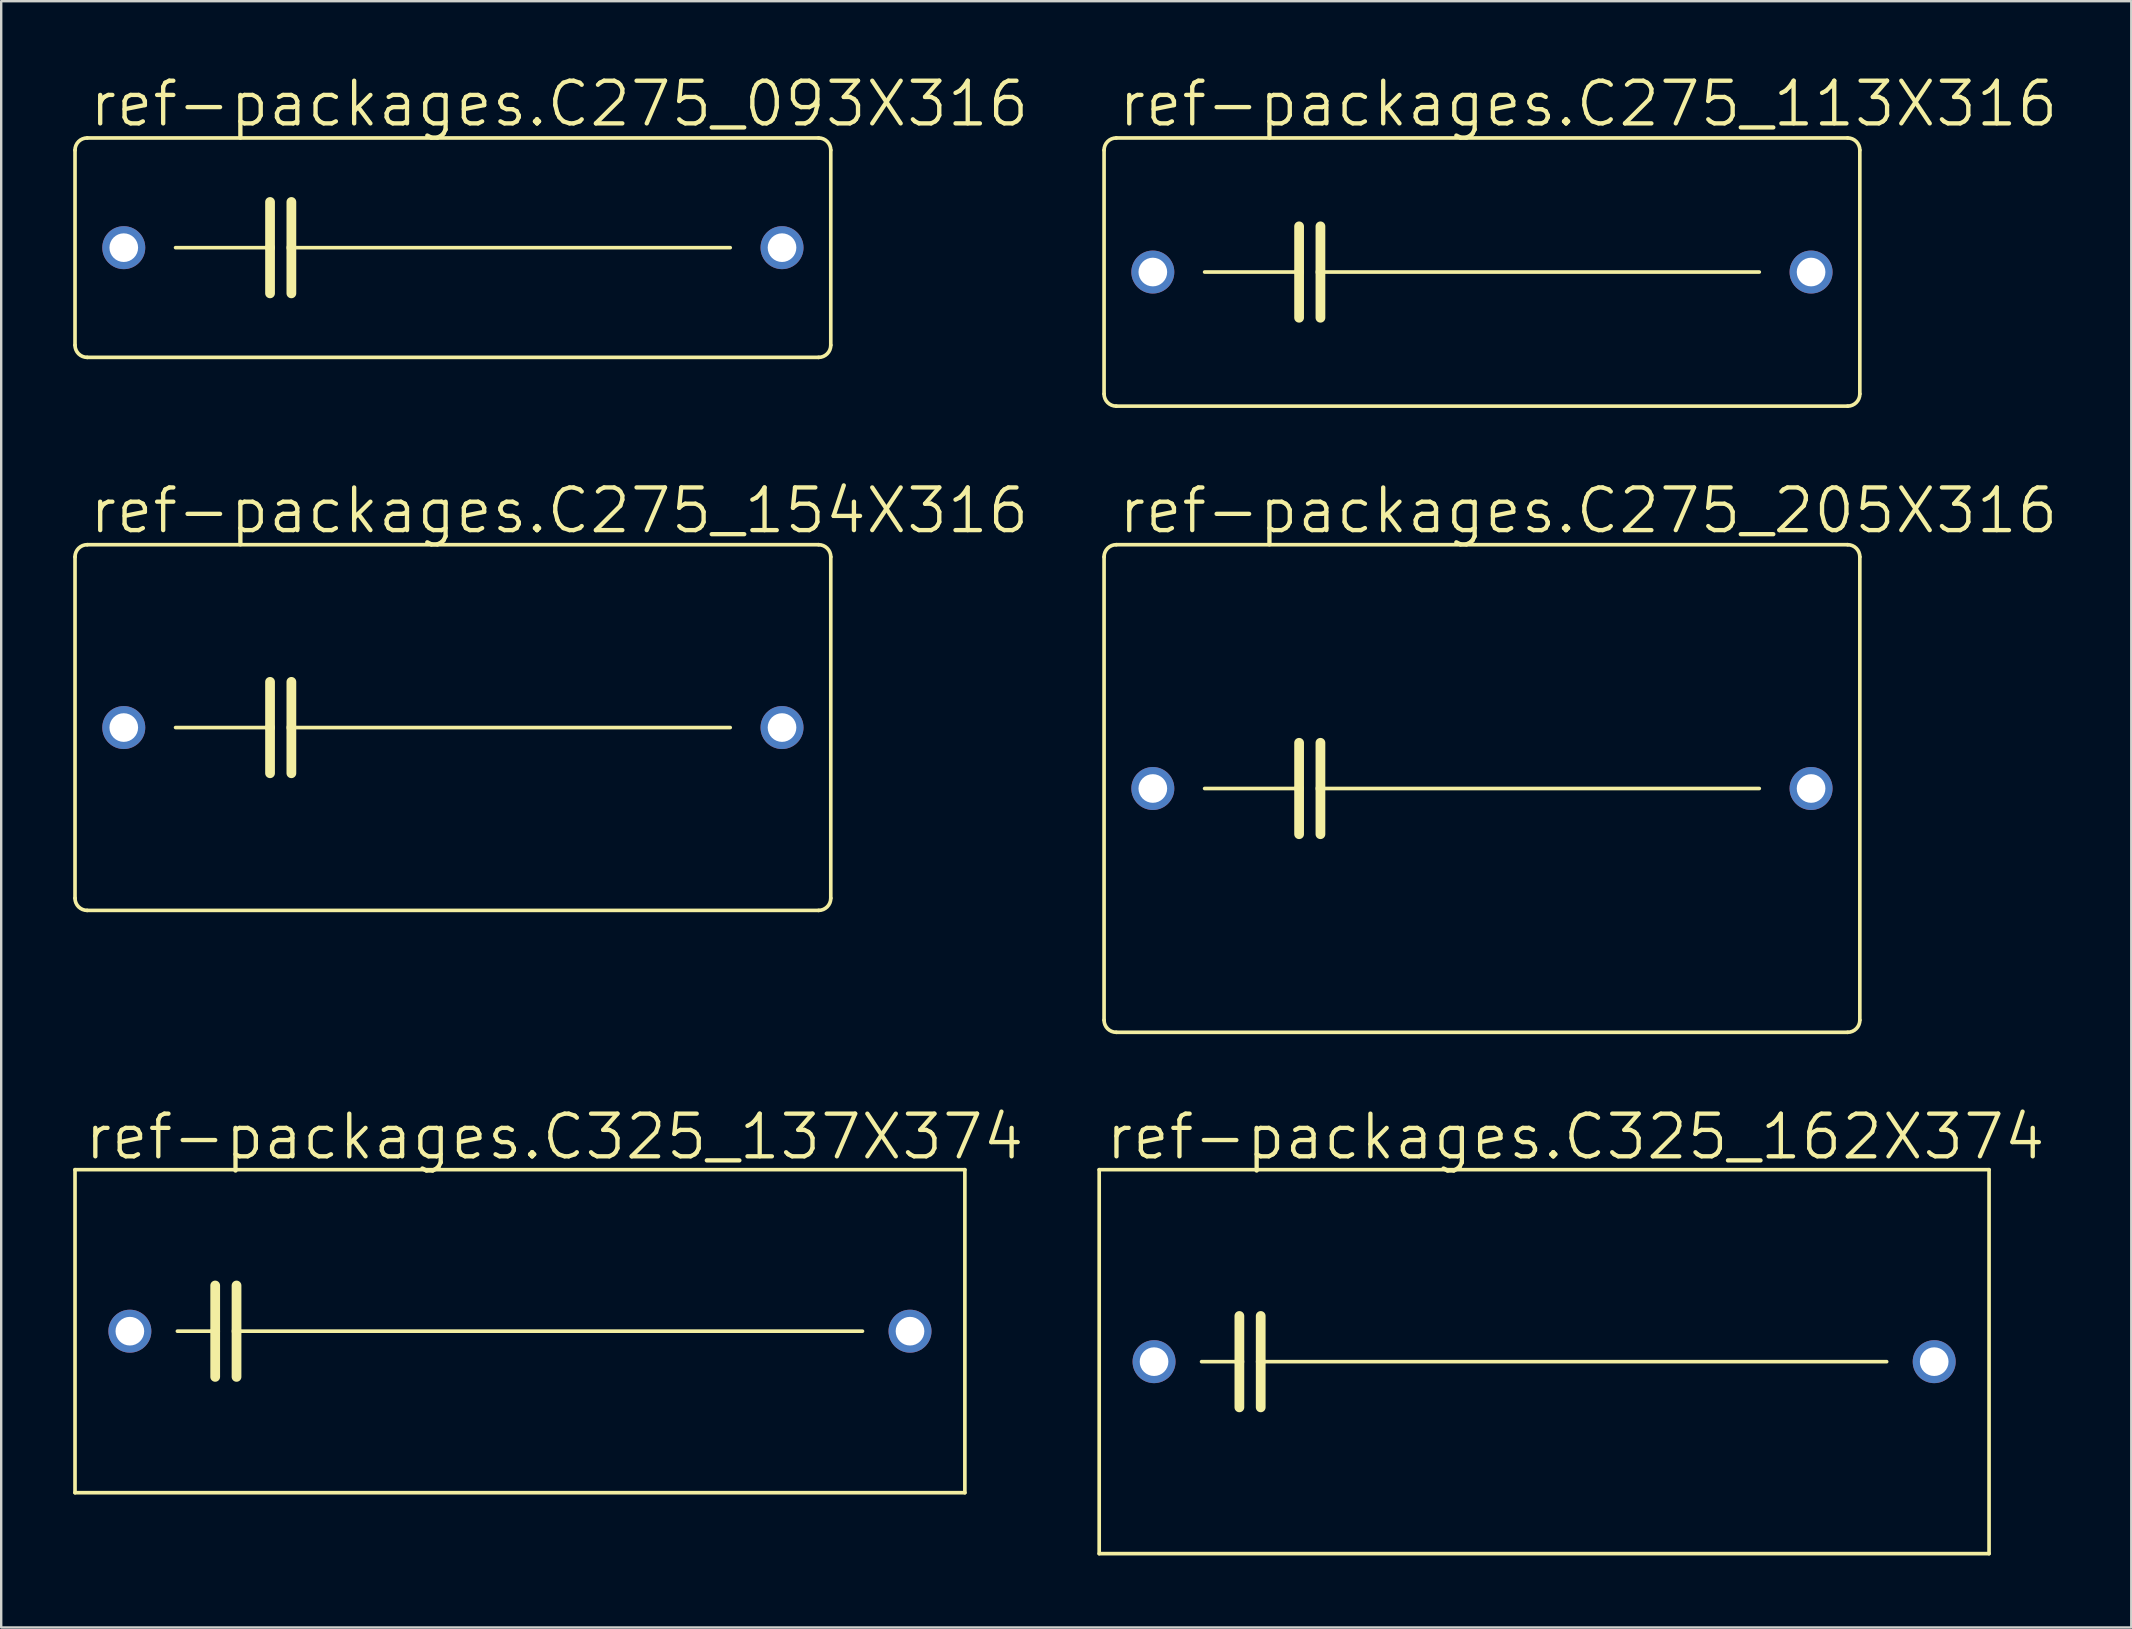
<source format=kicad_pcb>
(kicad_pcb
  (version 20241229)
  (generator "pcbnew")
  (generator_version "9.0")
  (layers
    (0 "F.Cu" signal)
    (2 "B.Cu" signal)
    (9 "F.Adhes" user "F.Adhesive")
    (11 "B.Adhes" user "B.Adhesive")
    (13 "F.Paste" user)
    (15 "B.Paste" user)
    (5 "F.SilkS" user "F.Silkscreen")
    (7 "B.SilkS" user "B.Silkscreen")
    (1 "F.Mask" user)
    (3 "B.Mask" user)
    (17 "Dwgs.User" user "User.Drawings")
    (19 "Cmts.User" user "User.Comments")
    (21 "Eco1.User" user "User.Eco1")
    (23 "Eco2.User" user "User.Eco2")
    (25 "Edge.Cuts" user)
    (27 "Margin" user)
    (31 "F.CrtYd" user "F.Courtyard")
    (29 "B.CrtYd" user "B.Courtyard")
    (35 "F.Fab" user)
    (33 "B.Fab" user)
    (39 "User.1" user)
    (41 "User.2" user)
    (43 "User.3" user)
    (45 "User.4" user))
  (footprint "ref-packages.C275_113X316"
    (layer "F.Cu")
    (at 58.709 8.287)
    (property "Reference" "ref-packages.C275_113X316" (at -15.24 -5.969 0) (layer "F.SilkS") (effects (font (size 1.778 1.778) (thickness 0.18)) (justify left bottom)))
    (attr through_hole)
    (fp_line (start -15.748 5.08) (end -15.748 -5.08) (stroke (width 0.152) (type default)) (layer "F.SilkS"))
    (fp_line (start -15.24 -5.588) (end 15.24 -5.588) (stroke (width 0.152) (type default)) (layer "F.SilkS"))
    (fp_line (start -11.557 0) (end -7.62 0) (stroke (width 0.152) (type default)) (layer "F.SilkS"))
    (fp_line (start -7.62 -1.905) (end -7.62 0) (stroke (width 0.406) (type default)) (layer "F.SilkS"))
    (fp_line (start -7.62 0) (end -7.62 1.905) (stroke (width 0.406) (type default)) (layer "F.SilkS"))
    (fp_line (start -6.731 -1.905) (end -6.731 0) (stroke (width 0.406) (type default)) (layer "F.SilkS"))
    (fp_line (start -6.731 0) (end -6.731 1.905) (stroke (width 0.406) (type default)) (layer "F.SilkS"))
    (fp_line (start -6.731 0) (end 11.557 0) (stroke (width 0.152) (type default)) (layer "F.SilkS"))
    (fp_line (start 15.24 5.588) (end -15.24 5.588) (stroke (width 0.152) (type default)) (layer "F.SilkS"))
    (fp_line (start 15.748 -5.08) (end 15.748 5.08) (stroke (width 0.152) (type default)) (layer "F.SilkS"))
    (fp_arc (start -15.748 -5.08) (mid -15.59921 -5.43921) (end -15.24 -5.588) (stroke (width 0.1524) (type default)) (layer "F.SilkS"))
    (fp_arc (start -15.24 5.588) (mid -15.59921 5.43921) (end -15.748 5.08) (stroke (width 0.1524) (type default)) (layer "F.SilkS"))
    (fp_arc (start 15.24 -5.588) (mid 15.59921 -5.43921) (end 15.748 -5.08) (stroke (width 0.1524) (type default)) (layer "F.SilkS"))
    (fp_arc (start 15.748 5.08) (mid 15.59921 5.43921) (end 15.24 5.588) (stroke (width 0.1524) (type default)) (layer "F.SilkS"))
    (pad "1" thru_hole circle (at -13.716 0) (size 1.791 1.791) (drill 1.194) (layers "*.Cu" "*.Mask"))
    (pad "2" thru_hole circle (at 13.716 0) (size 1.791 1.791) (drill 1.194) (layers "*.Cu" "*.Mask")))
  (footprint "ref-packages.C275_154X316"
    (layer "F.Cu")
    (at 15.824 27.27)
    (property "Reference" "ref-packages.C275_154X316" (at -15.24 -8.001 0) (layer "F.SilkS") (effects (font (size 1.778 1.778) (thickness 0.18)) (justify left bottom)))
    (attr through_hole)
    (fp_line (start -15.748 7.112) (end -15.748 -7.112) (stroke (width 0.152) (type default)) (layer "F.SilkS"))
    (fp_line (start -15.24 -7.62) (end 15.24 -7.62) (stroke (width 0.152) (type default)) (layer "F.SilkS"))
    (fp_line (start -11.557 0) (end -7.62 0) (stroke (width 0.152) (type default)) (layer "F.SilkS"))
    (fp_line (start -7.62 -1.905) (end -7.62 0) (stroke (width 0.406) (type default)) (layer "F.SilkS"))
    (fp_line (start -7.62 0) (end -7.62 1.905) (stroke (width 0.406) (type default)) (layer "F.SilkS"))
    (fp_line (start -6.731 -1.905) (end -6.731 0) (stroke (width 0.406) (type default)) (layer "F.SilkS"))
    (fp_line (start -6.731 0) (end -6.731 1.905) (stroke (width 0.406) (type default)) (layer "F.SilkS"))
    (fp_line (start -6.731 0) (end 11.557 0) (stroke (width 0.152) (type default)) (layer "F.SilkS"))
    (fp_line (start 15.24 7.62) (end -15.24 7.62) (stroke (width 0.152) (type default)) (layer "F.SilkS"))
    (fp_line (start 15.748 -7.112) (end 15.748 7.112) (stroke (width 0.152) (type default)) (layer "F.SilkS"))
    (fp_arc (start -15.748 -7.112) (mid -15.59921 -7.47121) (end -15.24 -7.62) (stroke (width 0.1524) (type default)) (layer "F.SilkS"))
    (fp_arc (start -15.24 7.62) (mid -15.59921 7.47121) (end -15.748 7.112) (stroke (width 0.1524) (type default)) (layer "F.SilkS"))
    (fp_arc (start 15.24 -7.62) (mid 15.59921 -7.47121) (end 15.748 -7.112) (stroke (width 0.1524) (type default)) (layer "F.SilkS"))
    (fp_arc (start 15.748 7.112) (mid 15.59921 7.47121) (end 15.24 7.62) (stroke (width 0.1524) (type default)) (layer "F.SilkS"))
    (pad "1" thru_hole circle (at -13.716 0) (size 1.791 1.791) (drill 1.194) (layers "*.Cu" "*.Mask"))
    (pad "2" thru_hole circle (at 13.716 0) (size 1.791 1.791) (drill 1.194) (layers "*.Cu" "*.Mask")))
  (footprint "ref-packages.C275_093X316"
    (layer "F.Cu")
    (at 15.824 7.271)
    (property "Reference" "ref-packages.C275_093X316" (at -15.24 -4.953 0) (layer "F.SilkS") (effects (font (size 1.778 1.778) (thickness 0.18)) (justify left bottom)))
    (attr through_hole)
    (fp_line (start -15.748 4.064) (end -15.748 -4.064) (stroke (width 0.152) (type default)) (layer "F.SilkS"))
    (fp_line (start -15.24 -4.572) (end 15.24 -4.572) (stroke (width 0.152) (type default)) (layer "F.SilkS"))
    (fp_line (start -11.557 0) (end -7.62 0) (stroke (width 0.152) (type default)) (layer "F.SilkS"))
    (fp_line (start -7.62 -1.905) (end -7.62 0) (stroke (width 0.406) (type default)) (layer "F.SilkS"))
    (fp_line (start -7.62 0) (end -7.62 1.905) (stroke (width 0.406) (type default)) (layer "F.SilkS"))
    (fp_line (start -6.731 -1.905) (end -6.731 0) (stroke (width 0.406) (type default)) (layer "F.SilkS"))
    (fp_line (start -6.731 0) (end -6.731 1.905) (stroke (width 0.406) (type default)) (layer "F.SilkS"))
    (fp_line (start -6.731 0) (end 11.557 0) (stroke (width 0.152) (type default)) (layer "F.SilkS"))
    (fp_line (start 15.24 4.572) (end -15.24 4.572) (stroke (width 0.152) (type default)) (layer "F.SilkS"))
    (fp_line (start 15.748 -4.064) (end 15.748 4.064) (stroke (width 0.152) (type default)) (layer "F.SilkS"))
    (fp_arc (start -15.748 -4.064) (mid -15.59921 -4.42321) (end -15.24 -4.572) (stroke (width 0.1524) (type default)) (layer "F.SilkS"))
    (fp_arc (start -15.24 4.572) (mid -15.59921 4.42321) (end -15.748 4.064) (stroke (width 0.1524) (type default)) (layer "F.SilkS"))
    (fp_arc (start 15.24 -4.572) (mid 15.59921 -4.42321) (end 15.748 -4.064) (stroke (width 0.1524) (type default)) (layer "F.SilkS"))
    (fp_arc (start 15.748 4.064) (mid 15.59921 4.42321) (end 15.24 4.572) (stroke (width 0.1524) (type default)) (layer "F.SilkS"))
    (pad "1" thru_hole circle (at -13.716 0) (size 1.791 1.791) (drill 1.194) (layers "*.Cu" "*.Mask"))
    (pad "2" thru_hole circle (at 13.716 0) (size 1.791 1.791) (drill 1.194) (layers "*.Cu" "*.Mask")))
  (footprint "ref-packages.C325_162X374"
    (layer "F.Cu")
    (at 61.3 53.696)
    (property "Reference" "ref-packages.C325_162X374" (at -18.364 -8.331 0) (layer "F.SilkS") (effects (font (size 1.778 1.778) (thickness 0.18)) (justify left bottom)))
    (attr through_hole)
    (fp_line (start -18.542 -8.001) (end -18.542 8.001) (stroke (width 0.152) (type default)) (layer "F.SilkS"))
    (fp_line (start -18.542 8.001) (end 18.542 8.001) (stroke (width 0.152) (type default)) (layer "F.SilkS"))
    (fp_line (start -14.275 0) (end -12.7 0) (stroke (width 0.152) (type default)) (layer "F.SilkS"))
    (fp_line (start -12.7 -1.905) (end -12.7 0) (stroke (width 0.406) (type default)) (layer "F.SilkS"))
    (fp_line (start -12.7 0) (end -12.7 1.905) (stroke (width 0.406) (type default)) (layer "F.SilkS"))
    (fp_line (start -11.811 -1.905) (end -11.811 0) (stroke (width 0.406) (type default)) (layer "F.SilkS"))
    (fp_line (start -11.811 0) (end -11.811 1.905) (stroke (width 0.406) (type default)) (layer "F.SilkS"))
    (fp_line (start -11.811 0) (end 14.275 0) (stroke (width 0.152) (type default)) (layer "F.SilkS"))
    (fp_line (start 18.542 -8.001) (end -18.542 -8.001) (stroke (width 0.152) (type default)) (layer "F.SilkS"))
    (fp_line (start 18.542 -8.001) (end 18.542 8.001) (stroke (width 0.152) (type default)) (layer "F.SilkS"))
    (pad "1" thru_hole circle (at -16.256 0) (size 1.791 1.791) (drill 1.194) (layers "*.Cu" "*.Mask"))
    (pad "2" thru_hole circle (at 16.256 0) (size 1.791 1.791) (drill 1.194) (layers "*.Cu" "*.Mask")))
  (footprint "ref-packages.C275_205X316"
    (layer "F.Cu")
    (at 58.709 29.81)
    (property "Reference" "ref-packages.C275_205X316" (at -15.24 -10.541 0) (layer "F.SilkS") (effects (font (size 1.778 1.778) (thickness 0.18)) (justify left bottom)))
    (attr through_hole)
    (fp_line (start -15.748 9.652) (end -15.748 -9.652) (stroke (width 0.152) (type default)) (layer "F.SilkS"))
    (fp_line (start -15.24 -10.16) (end 15.24 -10.16) (stroke (width 0.152) (type default)) (layer "F.SilkS"))
    (fp_line (start -11.557 0) (end -7.62 0) (stroke (width 0.152) (type default)) (layer "F.SilkS"))
    (fp_line (start -7.62 -1.905) (end -7.62 0) (stroke (width 0.406) (type default)) (layer "F.SilkS"))
    (fp_line (start -7.62 0) (end -7.62 1.905) (stroke (width 0.406) (type default)) (layer "F.SilkS"))
    (fp_line (start -6.731 -1.905) (end -6.731 0) (stroke (width 0.406) (type default)) (layer "F.SilkS"))
    (fp_line (start -6.731 0) (end -6.731 1.905) (stroke (width 0.406) (type default)) (layer "F.SilkS"))
    (fp_line (start -6.731 0) (end 11.557 0) (stroke (width 0.152) (type default)) (layer "F.SilkS"))
    (fp_line (start 15.24 10.16) (end -15.24 10.16) (stroke (width 0.152) (type default)) (layer "F.SilkS"))
    (fp_line (start 15.748 -9.652) (end 15.748 9.652) (stroke (width 0.152) (type default)) (layer "F.SilkS"))
    (fp_arc (start -15.748 -9.652) (mid -15.59921 -10.01121) (end -15.24 -10.16) (stroke (width 0.1524) (type default)) (layer "F.SilkS"))
    (fp_arc (start -15.24 10.16) (mid -15.59921 10.01121) (end -15.748 9.652) (stroke (width 0.1524) (type default)) (layer "F.SilkS"))
    (fp_arc (start 15.24 -10.16) (mid 15.59921 -10.01121) (end 15.748 -9.652) (stroke (width 0.1524) (type default)) (layer "F.SilkS"))
    (fp_arc (start 15.748 9.652) (mid 15.59921 10.01121) (end 15.24 10.16) (stroke (width 0.1524) (type default)) (layer "F.SilkS"))
    (pad "1" thru_hole circle (at -13.716 0) (size 1.791 1.791) (drill 1.194) (layers "*.Cu" "*.Mask"))
    (pad "2" thru_hole circle (at 13.716 0) (size 1.791 1.791) (drill 1.194) (layers "*.Cu" "*.Mask")))
  (footprint "ref-packages.C325_137X374"
    (layer "F.Cu")
    (at 18.618 52.426)
    (property "Reference" "ref-packages.C325_137X374" (at -18.237 -7.061 0) (layer "F.SilkS") (effects (font (size 1.778 1.778) (thickness 0.18)) (justify left bottom)))
    (attr through_hole)
    (fp_line (start -18.542 -6.731) (end -18.542 6.731) (stroke (width 0.152) (type default)) (layer "F.SilkS"))
    (fp_line (start -18.542 6.731) (end 18.542 6.731) (stroke (width 0.152) (type default)) (layer "F.SilkS"))
    (fp_line (start -14.275 0) (end -12.7 0) (stroke (width 0.152) (type default)) (layer "F.SilkS"))
    (fp_line (start -12.7 -1.905) (end -12.7 0) (stroke (width 0.406) (type default)) (layer "F.SilkS"))
    (fp_line (start -12.7 0) (end -12.7 1.905) (stroke (width 0.406) (type default)) (layer "F.SilkS"))
    (fp_line (start -11.811 -1.905) (end -11.811 0) (stroke (width 0.406) (type default)) (layer "F.SilkS"))
    (fp_line (start -11.811 0) (end -11.811 1.905) (stroke (width 0.406) (type default)) (layer "F.SilkS"))
    (fp_line (start -11.811 0) (end 14.275 0) (stroke (width 0.152) (type default)) (layer "F.SilkS"))
    (fp_line (start 18.542 -6.731) (end -18.542 -6.731) (stroke (width 0.152) (type default)) (layer "F.SilkS"))
    (fp_line (start 18.542 -6.731) (end 18.542 6.731) (stroke (width 0.152) (type default)) (layer "F.SilkS"))
    (pad "1" thru_hole circle (at -16.256 0) (size 1.791 1.791) (drill 1.194) (layers "*.Cu" "*.Mask"))
    (pad "2" thru_hole circle (at 16.256 0) (size 1.791 1.791) (drill 1.194) (layers "*.Cu" "*.Mask")))
  (gr_rect
    (start -3 -3)
    (end 85.769 64.773)
    (stroke (width 0.1) (type default))
    (fill no)
    (layer "Edge.Cuts")))
</source>
